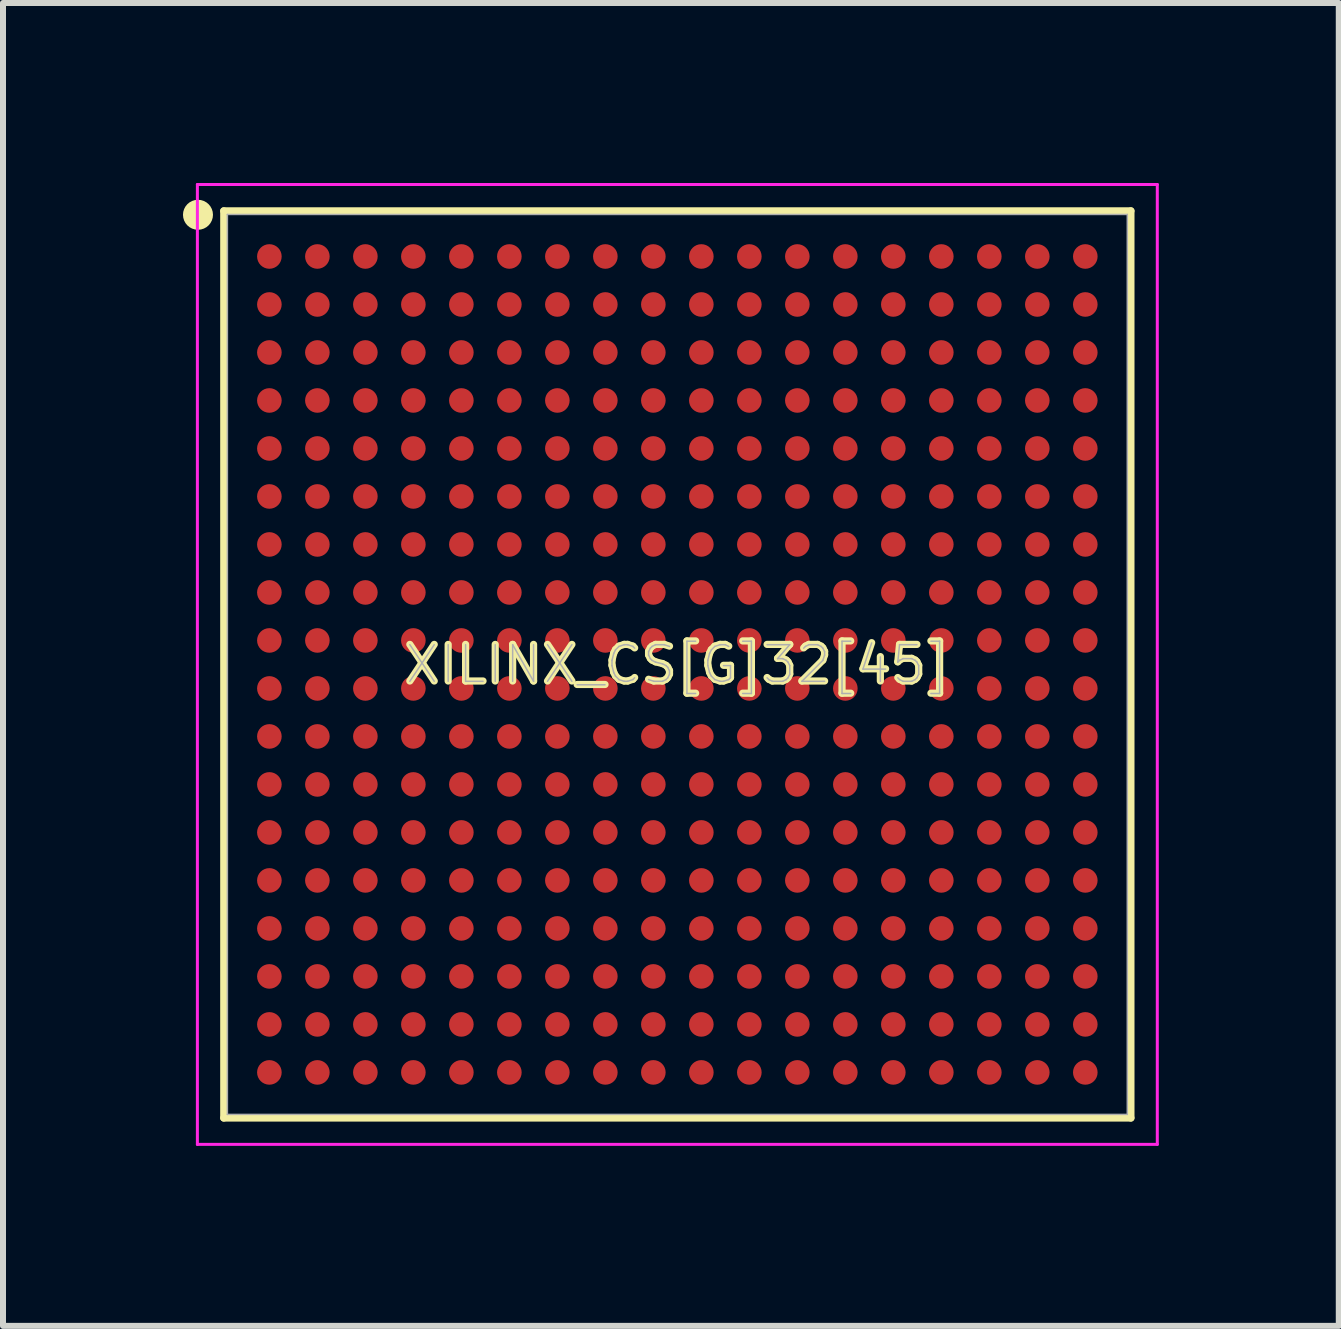
<source format=kicad_pcb>
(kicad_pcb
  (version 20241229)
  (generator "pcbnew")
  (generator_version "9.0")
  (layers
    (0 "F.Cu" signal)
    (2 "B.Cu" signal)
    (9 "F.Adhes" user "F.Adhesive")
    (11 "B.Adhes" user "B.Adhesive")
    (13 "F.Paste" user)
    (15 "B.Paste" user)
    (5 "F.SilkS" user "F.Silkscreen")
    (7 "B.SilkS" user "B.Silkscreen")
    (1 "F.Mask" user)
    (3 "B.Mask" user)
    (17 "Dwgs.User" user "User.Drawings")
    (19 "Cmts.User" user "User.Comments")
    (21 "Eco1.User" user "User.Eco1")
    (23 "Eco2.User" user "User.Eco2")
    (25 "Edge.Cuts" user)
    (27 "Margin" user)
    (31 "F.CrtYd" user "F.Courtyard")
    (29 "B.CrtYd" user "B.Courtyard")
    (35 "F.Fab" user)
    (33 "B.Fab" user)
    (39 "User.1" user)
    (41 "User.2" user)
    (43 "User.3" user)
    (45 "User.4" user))
  (footprint "XILINX_CS[G]32[45]"
    (layer "F.Cu")
    (at 8.24 8.025)
    (property "Reference" "XILINX_CS[G]32[45]" (at 0 0 0) (layer "F.SilkS") (effects (font (size 0.61 0.61) (thickness 0.12))))
    (attr smd)
    (fp_line (start -7.56 -7.56) (end -7.56 7.56) (stroke (width 0.12) (type solid)) (layer "F.SilkS"))
    (fp_line (start -7.56 7.56) (end 7.56 7.56) (stroke (width 0.12) (type solid)) (layer "F.SilkS"))
    (fp_line (start 7.56 -7.56) (end -7.56 -7.56) (stroke (width 0.12) (type solid)) (layer "F.SilkS"))
    (fp_line (start 7.56 7.56) (end 7.56 -7.56) (stroke (width 0.12) (type solid)) (layer "F.SilkS"))
    (fp_circle (center -7.99 -7.495) (end -7.865 -7.495) (stroke (width 0.25) (type solid)) (fill no) (layer "F.SilkS"))
    (fp_line (start -8 -8) (end 8 -8) (stroke (width 0.05) (type solid)) (layer "F.CrtYd"))
    (fp_line (start -8 8) (end -8 -8) (stroke (width 0.05) (type solid)) (layer "F.CrtYd"))
    (fp_line (start 8 -8) (end 8 8) (stroke (width 0.05) (type solid)) (layer "F.CrtYd"))
    (fp_line (start 8 8) (end -8 8) (stroke (width 0.05) (type solid)) (layer "F.CrtYd"))
    (fp_line (start -7.5 -7.5) (end 7.5 -7.5) (stroke (width 0.025) (type solid)) (layer "F.Fab"))
    (fp_line (start -7.5 7.5) (end -7.5 -7.5) (stroke (width 0.025) (type solid)) (layer "F.Fab"))
    (fp_line (start 7.5 -7.5) (end 7.5 7.5) (stroke (width 0.025) (type solid)) (layer "F.Fab"))
    (fp_line (start 7.5 7.5) (end -7.5 7.5) (stroke (width 0.025) (type solid)) (layer "F.Fab"))
    (fp_text user "${REFERENCE}" (at 0 0 0) (layer "F.Fab") (effects (font (size 0.61 0.61) (thickness 0.025))))
    (pad "A1" smd circle (at -6.8 -6.8) (size 0.41 0.41) (layers "F.Cu" "F.Mask" "F.Paste"))
    (pad "A2" smd circle (at -6 -6.8) (size 0.41 0.41) (layers "F.Cu" "F.Mask" "F.Paste"))
    (pad "A3" smd circle (at -5.2 -6.8) (size 0.41 0.41) (layers "F.Cu" "F.Mask" "F.Paste"))
    (pad "A4" smd circle (at -4.4 -6.8) (size 0.41 0.41) (layers "F.Cu" "F.Mask" "F.Paste"))
    (pad "A5" smd circle (at -3.6 -6.8) (size 0.41 0.41) (layers "F.Cu" "F.Mask" "F.Paste"))
    (pad "A6" smd circle (at -2.8 -6.8) (size 0.41 0.41) (layers "F.Cu" "F.Mask" "F.Paste"))
    (pad "A7" smd circle (at -2 -6.8) (size 0.41 0.41) (layers "F.Cu" "F.Mask" "F.Paste"))
    (pad "A8" smd circle (at -1.2 -6.8) (size 0.41 0.41) (layers "F.Cu" "F.Mask" "F.Paste"))
    (pad "A9" smd circle (at -0.4 -6.8) (size 0.41 0.41) (layers "F.Cu" "F.Mask" "F.Paste"))
    (pad "A10" smd circle (at 0.4 -6.8) (size 0.41 0.41) (layers "F.Cu" "F.Mask" "F.Paste"))
    (pad "A11" smd circle (at 1.2 -6.8) (size 0.41 0.41) (layers "F.Cu" "F.Mask" "F.Paste"))
    (pad "A12" smd circle (at 2 -6.8) (size 0.41 0.41) (layers "F.Cu" "F.Mask" "F.Paste"))
    (pad "A13" smd circle (at 2.8 -6.8) (size 0.41 0.41) (layers "F.Cu" "F.Mask" "F.Paste"))
    (pad "A14" smd circle (at 3.6 -6.8) (size 0.41 0.41) (layers "F.Cu" "F.Mask" "F.Paste"))
    (pad "A15" smd circle (at 4.4 -6.8) (size 0.41 0.41) (layers "F.Cu" "F.Mask" "F.Paste"))
    (pad "A16" smd circle (at 5.2 -6.8) (size 0.41 0.41) (layers "F.Cu" "F.Mask" "F.Paste"))
    (pad "A17" smd circle (at 6 -6.8) (size 0.41 0.41) (layers "F.Cu" "F.Mask" "F.Paste"))
    (pad "A18" smd circle (at 6.8 -6.8) (size 0.41 0.41) (layers "F.Cu" "F.Mask" "F.Paste"))
    (pad "B1" smd circle (at -6.8 -6) (size 0.41 0.41) (layers "F.Cu" "F.Mask" "F.Paste"))
    (pad "B2" smd circle (at -6 -6) (size 0.41 0.41) (layers "F.Cu" "F.Mask" "F.Paste"))
    (pad "B3" smd circle (at -5.2 -6) (size 0.41 0.41) (layers "F.Cu" "F.Mask" "F.Paste"))
    (pad "B4" smd circle (at -4.4 -6) (size 0.41 0.41) (layers "F.Cu" "F.Mask" "F.Paste"))
    (pad "B5" smd circle (at -3.6 -6) (size 0.41 0.41) (layers "F.Cu" "F.Mask" "F.Paste"))
    (pad "B6" smd circle (at -2.8 -6) (size 0.41 0.41) (layers "F.Cu" "F.Mask" "F.Paste"))
    (pad "B7" smd circle (at -2 -6) (size 0.41 0.41) (layers "F.Cu" "F.Mask" "F.Paste"))
    (pad "B8" smd circle (at -1.2 -6) (size 0.41 0.41) (layers "F.Cu" "F.Mask" "F.Paste"))
    (pad "B9" smd circle (at -0.4 -6) (size 0.41 0.41) (layers "F.Cu" "F.Mask" "F.Paste"))
    (pad "B10" smd circle (at 0.4 -6) (size 0.41 0.41) (layers "F.Cu" "F.Mask" "F.Paste"))
    (pad "B11" smd circle (at 1.2 -6) (size 0.41 0.41) (layers "F.Cu" "F.Mask" "F.Paste"))
    (pad "B12" smd circle (at 2 -6) (size 0.41 0.41) (layers "F.Cu" "F.Mask" "F.Paste"))
    (pad "B13" smd circle (at 2.8 -6) (size 0.41 0.41) (layers "F.Cu" "F.Mask" "F.Paste"))
    (pad "B14" smd circle (at 3.6 -6) (size 0.41 0.41) (layers "F.Cu" "F.Mask" "F.Paste"))
    (pad "B15" smd circle (at 4.4 -6) (size 0.41 0.41) (layers "F.Cu" "F.Mask" "F.Paste"))
    (pad "B16" smd circle (at 5.2 -6) (size 0.41 0.41) (layers "F.Cu" "F.Mask" "F.Paste"))
    (pad "B17" smd circle (at 6 -6) (size 0.41 0.41) (layers "F.Cu" "F.Mask" "F.Paste"))
    (pad "B18" smd circle (at 6.8 -6) (size 0.41 0.41) (layers "F.Cu" "F.Mask" "F.Paste"))
    (pad "C1" smd circle (at -6.8 -5.2) (size 0.41 0.41) (layers "F.Cu" "F.Mask" "F.Paste"))
    (pad "C2" smd circle (at -6 -5.2) (size 0.41 0.41) (layers "F.Cu" "F.Mask" "F.Paste"))
    (pad "C3" smd circle (at -5.2 -5.2) (size 0.41 0.41) (layers "F.Cu" "F.Mask" "F.Paste"))
    (pad "C4" smd circle (at -4.4 -5.2) (size 0.41 0.41) (layers "F.Cu" "F.Mask" "F.Paste"))
    (pad "C5" smd circle (at -3.6 -5.2) (size 0.41 0.41) (layers "F.Cu" "F.Mask" "F.Paste"))
    (pad "C6" smd circle (at -2.8 -5.2) (size 0.41 0.41) (layers "F.Cu" "F.Mask" "F.Paste"))
    (pad "C7" smd circle (at -2 -5.2) (size 0.41 0.41) (layers "F.Cu" "F.Mask" "F.Paste"))
    (pad "C8" smd circle (at -1.2 -5.2) (size 0.41 0.41) (layers "F.Cu" "F.Mask" "F.Paste"))
    (pad "C9" smd circle (at -0.4 -5.2) (size 0.41 0.41) (layers "F.Cu" "F.Mask" "F.Paste"))
    (pad "C10" smd circle (at 0.4 -5.2) (size 0.41 0.41) (layers "F.Cu" "F.Mask" "F.Paste"))
    (pad "C11" smd circle (at 1.2 -5.2) (size 0.41 0.41) (layers "F.Cu" "F.Mask" "F.Paste"))
    (pad "C12" smd circle (at 2 -5.2) (size 0.41 0.41) (layers "F.Cu" "F.Mask" "F.Paste"))
    (pad "C13" smd circle (at 2.8 -5.2) (size 0.41 0.41) (layers "F.Cu" "F.Mask" "F.Paste"))
    (pad "C14" smd circle (at 3.6 -5.2) (size 0.41 0.41) (layers "F.Cu" "F.Mask" "F.Paste"))
    (pad "C15" smd circle (at 4.4 -5.2) (size 0.41 0.41) (layers "F.Cu" "F.Mask" "F.Paste"))
    (pad "C16" smd circle (at 5.2 -5.2) (size 0.41 0.41) (layers "F.Cu" "F.Mask" "F.Paste"))
    (pad "C17" smd circle (at 6 -5.2) (size 0.41 0.41) (layers "F.Cu" "F.Mask" "F.Paste"))
    (pad "C18" smd circle (at 6.8 -5.2) (size 0.41 0.41) (layers "F.Cu" "F.Mask" "F.Paste"))
    (pad "D1" smd circle (at -6.8 -4.4) (size 0.41 0.41) (layers "F.Cu" "F.Mask" "F.Paste"))
    (pad "D2" smd circle (at -6 -4.4) (size 0.41 0.41) (layers "F.Cu" "F.Mask" "F.Paste"))
    (pad "D3" smd circle (at -5.2 -4.4) (size 0.41 0.41) (layers "F.Cu" "F.Mask" "F.Paste"))
    (pad "D4" smd circle (at -4.4 -4.4) (size 0.41 0.41) (layers "F.Cu" "F.Mask" "F.Paste"))
    (pad "D5" smd circle (at -3.6 -4.4) (size 0.41 0.41) (layers "F.Cu" "F.Mask" "F.Paste"))
    (pad "D6" smd circle (at -2.8 -4.4) (size 0.41 0.41) (layers "F.Cu" "F.Mask" "F.Paste"))
    (pad "D7" smd circle (at -2 -4.4) (size 0.41 0.41) (layers "F.Cu" "F.Mask" "F.Paste"))
    (pad "D8" smd circle (at -1.2 -4.4) (size 0.41 0.41) (layers "F.Cu" "F.Mask" "F.Paste"))
    (pad "D9" smd circle (at -0.4 -4.4) (size 0.41 0.41) (layers "F.Cu" "F.Mask" "F.Paste"))
    (pad "D10" smd circle (at 0.4 -4.4) (size 0.41 0.41) (layers "F.Cu" "F.Mask" "F.Paste"))
    (pad "D11" smd circle (at 1.2 -4.4) (size 0.41 0.41) (layers "F.Cu" "F.Mask" "F.Paste"))
    (pad "D12" smd circle (at 2 -4.4) (size 0.41 0.41) (layers "F.Cu" "F.Mask" "F.Paste"))
    (pad "D13" smd circle (at 2.8 -4.4) (size 0.41 0.41) (layers "F.Cu" "F.Mask" "F.Paste"))
    (pad "D14" smd circle (at 3.6 -4.4) (size 0.41 0.41) (layers "F.Cu" "F.Mask" "F.Paste"))
    (pad "D15" smd circle (at 4.4 -4.4) (size 0.41 0.41) (layers "F.Cu" "F.Mask" "F.Paste"))
    (pad "D16" smd circle (at 5.2 -4.4) (size 0.41 0.41) (layers "F.Cu" "F.Mask" "F.Paste"))
    (pad "D17" smd circle (at 6 -4.4) (size 0.41 0.41) (layers "F.Cu" "F.Mask" "F.Paste"))
    (pad "D18" smd circle (at 6.8 -4.4) (size 0.41 0.41) (layers "F.Cu" "F.Mask" "F.Paste"))
    (pad "E1" smd circle (at -6.8 -3.6) (size 0.41 0.41) (layers "F.Cu" "F.Mask" "F.Paste"))
    (pad "E2" smd circle (at -6 -3.6) (size 0.41 0.41) (layers "F.Cu" "F.Mask" "F.Paste"))
    (pad "E3" smd circle (at -5.2 -3.6) (size 0.41 0.41) (layers "F.Cu" "F.Mask" "F.Paste"))
    (pad "E4" smd circle (at -4.4 -3.6) (size 0.41 0.41) (layers "F.Cu" "F.Mask" "F.Paste"))
    (pad "E5" smd circle (at -3.6 -3.6) (size 0.41 0.41) (layers "F.Cu" "F.Mask" "F.Paste"))
    (pad "E6" smd circle (at -2.8 -3.6) (size 0.41 0.41) (layers "F.Cu" "F.Mask" "F.Paste"))
    (pad "E7" smd circle (at -2 -3.6) (size 0.41 0.41) (layers "F.Cu" "F.Mask" "F.Paste"))
    (pad "E8" smd circle (at -1.2 -3.6) (size 0.41 0.41) (layers "F.Cu" "F.Mask" "F.Paste"))
    (pad "E9" smd circle (at -0.4 -3.6) (size 0.41 0.41) (layers "F.Cu" "F.Mask" "F.Paste"))
    (pad "E10" smd circle (at 0.4 -3.6) (size 0.41 0.41) (layers "F.Cu" "F.Mask" "F.Paste"))
    (pad "E11" smd circle (at 1.2 -3.6) (size 0.41 0.41) (layers "F.Cu" "F.Mask" "F.Paste"))
    (pad "E12" smd circle (at 2 -3.6) (size 0.41 0.41) (layers "F.Cu" "F.Mask" "F.Paste"))
    (pad "E13" smd circle (at 2.8 -3.6) (size 0.41 0.41) (layers "F.Cu" "F.Mask" "F.Paste"))
    (pad "E14" smd circle (at 3.6 -3.6) (size 0.41 0.41) (layers "F.Cu" "F.Mask" "F.Paste"))
    (pad "E15" smd circle (at 4.4 -3.6) (size 0.41 0.41) (layers "F.Cu" "F.Mask" "F.Paste"))
    (pad "E16" smd circle (at 5.2 -3.6) (size 0.41 0.41) (layers "F.Cu" "F.Mask" "F.Paste"))
    (pad "E17" smd circle (at 6 -3.6) (size 0.41 0.41) (layers "F.Cu" "F.Mask" "F.Paste"))
    (pad "E18" smd circle (at 6.8 -3.6) (size 0.41 0.41) (layers "F.Cu" "F.Mask" "F.Paste"))
    (pad "F1" smd circle (at -6.8 -2.8) (size 0.41 0.41) (layers "F.Cu" "F.Mask" "F.Paste"))
    (pad "F2" smd circle (at -6 -2.8) (size 0.41 0.41) (layers "F.Cu" "F.Mask" "F.Paste"))
    (pad "F3" smd circle (at -5.2 -2.8) (size 0.41 0.41) (layers "F.Cu" "F.Mask" "F.Paste"))
    (pad "F4" smd circle (at -4.4 -2.8) (size 0.41 0.41) (layers "F.Cu" "F.Mask" "F.Paste"))
    (pad "F5" smd circle (at -3.6 -2.8) (size 0.41 0.41) (layers "F.Cu" "F.Mask" "F.Paste"))
    (pad "F6" smd circle (at -2.8 -2.8) (size 0.41 0.41) (layers "F.Cu" "F.Mask" "F.Paste"))
    (pad "F7" smd circle (at -2 -2.8) (size 0.41 0.41) (layers "F.Cu" "F.Mask" "F.Paste"))
    (pad "F8" smd circle (at -1.2 -2.8) (size 0.41 0.41) (layers "F.Cu" "F.Mask" "F.Paste"))
    (pad "F9" smd circle (at -0.4 -2.8) (size 0.41 0.41) (layers "F.Cu" "F.Mask" "F.Paste"))
    (pad "F10" smd circle (at 0.4 -2.8) (size 0.41 0.41) (layers "F.Cu" "F.Mask" "F.Paste"))
    (pad "F11" smd circle (at 1.2 -2.8) (size 0.41 0.41) (layers "F.Cu" "F.Mask" "F.Paste"))
    (pad "F12" smd circle (at 2 -2.8) (size 0.41 0.41) (layers "F.Cu" "F.Mask" "F.Paste"))
    (pad "F13" smd circle (at 2.8 -2.8) (size 0.41 0.41) (layers "F.Cu" "F.Mask" "F.Paste"))
    (pad "F14" smd circle (at 3.6 -2.8) (size 0.41 0.41) (layers "F.Cu" "F.Mask" "F.Paste"))
    (pad "F15" smd circle (at 4.4 -2.8) (size 0.41 0.41) (layers "F.Cu" "F.Mask" "F.Paste"))
    (pad "F16" smd circle (at 5.2 -2.8) (size 0.41 0.41) (layers "F.Cu" "F.Mask" "F.Paste"))
    (pad "F17" smd circle (at 6 -2.8) (size 0.41 0.41) (layers "F.Cu" "F.Mask" "F.Paste"))
    (pad "F18" smd circle (at 6.8 -2.8) (size 0.41 0.41) (layers "F.Cu" "F.Mask" "F.Paste"))
    (pad "G1" smd circle (at -6.8 -2) (size 0.41 0.41) (layers "F.Cu" "F.Mask" "F.Paste"))
    (pad "G2" smd circle (at -6 -2) (size 0.41 0.41) (layers "F.Cu" "F.Mask" "F.Paste"))
    (pad "G3" smd circle (at -5.2 -2) (size 0.41 0.41) (layers "F.Cu" "F.Mask" "F.Paste"))
    (pad "G4" smd circle (at -4.4 -2) (size 0.41 0.41) (layers "F.Cu" "F.Mask" "F.Paste"))
    (pad "G5" smd circle (at -3.6 -2) (size 0.41 0.41) (layers "F.Cu" "F.Mask" "F.Paste"))
    (pad "G6" smd circle (at -2.8 -2) (size 0.41 0.41) (layers "F.Cu" "F.Mask" "F.Paste"))
    (pad "G7" smd circle (at -2 -2) (size 0.41 0.41) (layers "F.Cu" "F.Mask" "F.Paste"))
    (pad "G8" smd circle (at -1.2 -2) (size 0.41 0.41) (layers "F.Cu" "F.Mask" "F.Paste"))
    (pad "G9" smd circle (at -0.4 -2) (size 0.41 0.41) (layers "F.Cu" "F.Mask" "F.Paste"))
    (pad "G10" smd circle (at 0.4 -2) (size 0.41 0.41) (layers "F.Cu" "F.Mask" "F.Paste"))
    (pad "G11" smd circle (at 1.2 -2) (size 0.41 0.41) (layers "F.Cu" "F.Mask" "F.Paste"))
    (pad "G12" smd circle (at 2 -2) (size 0.41 0.41) (layers "F.Cu" "F.Mask" "F.Paste"))
    (pad "G13" smd circle (at 2.8 -2) (size 0.41 0.41) (layers "F.Cu" "F.Mask" "F.Paste"))
    (pad "G14" smd circle (at 3.6 -2) (size 0.41 0.41) (layers "F.Cu" "F.Mask" "F.Paste"))
    (pad "G15" smd circle (at 4.4 -2) (size 0.41 0.41) (layers "F.Cu" "F.Mask" "F.Paste"))
    (pad "G16" smd circle (at 5.2 -2) (size 0.41 0.41) (layers "F.Cu" "F.Mask" "F.Paste"))
    (pad "G17" smd circle (at 6 -2) (size 0.41 0.41) (layers "F.Cu" "F.Mask" "F.Paste"))
    (pad "G18" smd circle (at 6.8 -2) (size 0.41 0.41) (layers "F.Cu" "F.Mask" "F.Paste"))
    (pad "H1" smd circle (at -6.8 -1.2) (size 0.41 0.41) (layers "F.Cu" "F.Mask" "F.Paste"))
    (pad "H2" smd circle (at -6 -1.2) (size 0.41 0.41) (layers "F.Cu" "F.Mask" "F.Paste"))
    (pad "H3" smd circle (at -5.2 -1.2) (size 0.41 0.41) (layers "F.Cu" "F.Mask" "F.Paste"))
    (pad "H4" smd circle (at -4.4 -1.2) (size 0.41 0.41) (layers "F.Cu" "F.Mask" "F.Paste"))
    (pad "H5" smd circle (at -3.6 -1.2) (size 0.41 0.41) (layers "F.Cu" "F.Mask" "F.Paste"))
    (pad "H6" smd circle (at -2.8 -1.2) (size 0.41 0.41) (layers "F.Cu" "F.Mask" "F.Paste"))
    (pad "H7" smd circle (at -2 -1.2) (size 0.41 0.41) (layers "F.Cu" "F.Mask" "F.Paste"))
    (pad "H8" smd circle (at -1.2 -1.2) (size 0.41 0.41) (layers "F.Cu" "F.Mask" "F.Paste"))
    (pad "H9" smd circle (at -0.4 -1.2) (size 0.41 0.41) (layers "F.Cu" "F.Mask" "F.Paste"))
    (pad "H10" smd circle (at 0.4 -1.2) (size 0.41 0.41) (layers "F.Cu" "F.Mask" "F.Paste"))
    (pad "H11" smd circle (at 1.2 -1.2) (size 0.41 0.41) (layers "F.Cu" "F.Mask" "F.Paste"))
    (pad "H12" smd circle (at 2 -1.2) (size 0.41 0.41) (layers "F.Cu" "F.Mask" "F.Paste"))
    (pad "H13" smd circle (at 2.8 -1.2) (size 0.41 0.41) (layers "F.Cu" "F.Mask" "F.Paste"))
    (pad "H14" smd circle (at 3.6 -1.2) (size 0.41 0.41) (layers "F.Cu" "F.Mask" "F.Paste"))
    (pad "H15" smd circle (at 4.4 -1.2) (size 0.41 0.41) (layers "F.Cu" "F.Mask" "F.Paste"))
    (pad "H16" smd circle (at 5.2 -1.2) (size 0.41 0.41) (layers "F.Cu" "F.Mask" "F.Paste"))
    (pad "H17" smd circle (at 6 -1.2) (size 0.41 0.41) (layers "F.Cu" "F.Mask" "F.Paste"))
    (pad "H18" smd circle (at 6.8 -1.2) (size 0.41 0.41) (layers "F.Cu" "F.Mask" "F.Paste"))
    (pad "J1" smd circle (at -6.8 -0.4) (size 0.41 0.41) (layers "F.Cu" "F.Mask" "F.Paste"))
    (pad "J2" smd circle (at -6 -0.4) (size 0.41 0.41) (layers "F.Cu" "F.Mask" "F.Paste"))
    (pad "J3" smd circle (at -5.2 -0.4) (size 0.41 0.41) (layers "F.Cu" "F.Mask" "F.Paste"))
    (pad "J4" smd circle (at -4.4 -0.4) (size 0.41 0.41) (layers "F.Cu" "F.Mask" "F.Paste"))
    (pad "J5" smd circle (at -3.6 -0.4) (size 0.41 0.41) (layers "F.Cu" "F.Mask" "F.Paste"))
    (pad "J6" smd circle (at -2.8 -0.4) (size 0.41 0.41) (layers "F.Cu" "F.Mask" "F.Paste"))
    (pad "J7" smd circle (at -2 -0.4) (size 0.41 0.41) (layers "F.Cu" "F.Mask" "F.Paste"))
    (pad "J8" smd circle (at -1.2 -0.4) (size 0.41 0.41) (layers "F.Cu" "F.Mask" "F.Paste"))
    (pad "J9" smd circle (at -0.4 -0.4) (size 0.41 0.41) (layers "F.Cu" "F.Mask" "F.Paste"))
    (pad "J10" smd circle (at 0.4 -0.4) (size 0.41 0.41) (layers "F.Cu" "F.Mask" "F.Paste"))
    (pad "J11" smd circle (at 1.2 -0.4) (size 0.41 0.41) (layers "F.Cu" "F.Mask" "F.Paste"))
    (pad "J12" smd circle (at 2 -0.4) (size 0.41 0.41) (layers "F.Cu" "F.Mask" "F.Paste"))
    (pad "J13" smd circle (at 2.8 -0.4) (size 0.41 0.41) (layers "F.Cu" "F.Mask" "F.Paste"))
    (pad "J14" smd circle (at 3.6 -0.4) (size 0.41 0.41) (layers "F.Cu" "F.Mask" "F.Paste"))
    (pad "J15" smd circle (at 4.4 -0.4) (size 0.41 0.41) (layers "F.Cu" "F.Mask" "F.Paste"))
    (pad "J16" smd circle (at 5.2 -0.4) (size 0.41 0.41) (layers "F.Cu" "F.Mask" "F.Paste"))
    (pad "J17" smd circle (at 6 -0.4) (size 0.41 0.41) (layers "F.Cu" "F.Mask" "F.Paste"))
    (pad "J18" smd circle (at 6.8 -0.4) (size 0.41 0.41) (layers "F.Cu" "F.Mask" "F.Paste"))
    (pad "K1" smd circle (at -6.8 0.4) (size 0.41 0.41) (layers "F.Cu" "F.Mask" "F.Paste"))
    (pad "K2" smd circle (at -6 0.4) (size 0.41 0.41) (layers "F.Cu" "F.Mask" "F.Paste"))
    (pad "K3" smd circle (at -5.2 0.4) (size 0.41 0.41) (layers "F.Cu" "F.Mask" "F.Paste"))
    (pad "K4" smd circle (at -4.4 0.4) (size 0.41 0.41) (layers "F.Cu" "F.Mask" "F.Paste"))
    (pad "K5" smd circle (at -3.6 0.4) (size 0.41 0.41) (layers "F.Cu" "F.Mask" "F.Paste"))
    (pad "K6" smd circle (at -2.8 0.4) (size 0.41 0.41) (layers "F.Cu" "F.Mask" "F.Paste"))
    (pad "K7" smd circle (at -2 0.4) (size 0.41 0.41) (layers "F.Cu" "F.Mask" "F.Paste"))
    (pad "K8" smd circle (at -1.2 0.4) (size 0.41 0.41) (layers "F.Cu" "F.Mask" "F.Paste"))
    (pad "K9" smd circle (at -0.4 0.4) (size 0.41 0.41) (layers "F.Cu" "F.Mask" "F.Paste"))
    (pad "K10" smd circle (at 0.4 0.4) (size 0.41 0.41) (layers "F.Cu" "F.Mask" "F.Paste"))
    (pad "K11" smd circle (at 1.2 0.4) (size 0.41 0.41) (layers "F.Cu" "F.Mask" "F.Paste"))
    (pad "K12" smd circle (at 2 0.4) (size 0.41 0.41) (layers "F.Cu" "F.Mask" "F.Paste"))
    (pad "K13" smd circle (at 2.8 0.4) (size 0.41 0.41) (layers "F.Cu" "F.Mask" "F.Paste"))
    (pad "K14" smd circle (at 3.6 0.4) (size 0.41 0.41) (layers "F.Cu" "F.Mask" "F.Paste"))
    (pad "K15" smd circle (at 4.4 0.4) (size 0.41 0.41) (layers "F.Cu" "F.Mask" "F.Paste"))
    (pad "K16" smd circle (at 5.2 0.4) (size 0.41 0.41) (layers "F.Cu" "F.Mask" "F.Paste"))
    (pad "K17" smd circle (at 6 0.4) (size 0.41 0.41) (layers "F.Cu" "F.Mask" "F.Paste"))
    (pad "K18" smd circle (at 6.8 0.4) (size 0.41 0.41) (layers "F.Cu" "F.Mask" "F.Paste"))
    (pad "L1" smd circle (at -6.8 1.2) (size 0.41 0.41) (layers "F.Cu" "F.Mask" "F.Paste"))
    (pad "L2" smd circle (at -6 1.2) (size 0.41 0.41) (layers "F.Cu" "F.Mask" "F.Paste"))
    (pad "L3" smd circle (at -5.2 1.2) (size 0.41 0.41) (layers "F.Cu" "F.Mask" "F.Paste"))
    (pad "L4" smd circle (at -4.4 1.2) (size 0.41 0.41) (layers "F.Cu" "F.Mask" "F.Paste"))
    (pad "L5" smd circle (at -3.6 1.2) (size 0.41 0.41) (layers "F.Cu" "F.Mask" "F.Paste"))
    (pad "L6" smd circle (at -2.8 1.2) (size 0.41 0.41) (layers "F.Cu" "F.Mask" "F.Paste"))
    (pad "L7" smd circle (at -2 1.2) (size 0.41 0.41) (layers "F.Cu" "F.Mask" "F.Paste"))
    (pad "L8" smd circle (at -1.2 1.2) (size 0.41 0.41) (layers "F.Cu" "F.Mask" "F.Paste"))
    (pad "L9" smd circle (at -0.4 1.2) (size 0.41 0.41) (layers "F.Cu" "F.Mask" "F.Paste"))
    (pad "L10" smd circle (at 0.4 1.2) (size 0.41 0.41) (layers "F.Cu" "F.Mask" "F.Paste"))
    (pad "L11" smd circle (at 1.2 1.2) (size 0.41 0.41) (layers "F.Cu" "F.Mask" "F.Paste"))
    (pad "L12" smd circle (at 2 1.2) (size 0.41 0.41) (layers "F.Cu" "F.Mask" "F.Paste"))
    (pad "L13" smd circle (at 2.8 1.2) (size 0.41 0.41) (layers "F.Cu" "F.Mask" "F.Paste"))
    (pad "L14" smd circle (at 3.6 1.2) (size 0.41 0.41) (layers "F.Cu" "F.Mask" "F.Paste"))
    (pad "L15" smd circle (at 4.4 1.2) (size 0.41 0.41) (layers "F.Cu" "F.Mask" "F.Paste"))
    (pad "L16" smd circle (at 5.2 1.2) (size 0.41 0.41) (layers "F.Cu" "F.Mask" "F.Paste"))
    (pad "L17" smd circle (at 6 1.2) (size 0.41 0.41) (layers "F.Cu" "F.Mask" "F.Paste"))
    (pad "L18" smd circle (at 6.8 1.2) (size 0.41 0.41) (layers "F.Cu" "F.Mask" "F.Paste"))
    (pad "M1" smd circle (at -6.8 2) (size 0.41 0.41) (layers "F.Cu" "F.Mask" "F.Paste"))
    (pad "M2" smd circle (at -6 2) (size 0.41 0.41) (layers "F.Cu" "F.Mask" "F.Paste"))
    (pad "M3" smd circle (at -5.2 2) (size 0.41 0.41) (layers "F.Cu" "F.Mask" "F.Paste"))
    (pad "M4" smd circle (at -4.4 2) (size 0.41 0.41) (layers "F.Cu" "F.Mask" "F.Paste"))
    (pad "M5" smd circle (at -3.6 2) (size 0.41 0.41) (layers "F.Cu" "F.Mask" "F.Paste"))
    (pad "M6" smd circle (at -2.8 2) (size 0.41 0.41) (layers "F.Cu" "F.Mask" "F.Paste"))
    (pad "M7" smd circle (at -2 2) (size 0.41 0.41) (layers "F.Cu" "F.Mask" "F.Paste"))
    (pad "M8" smd circle (at -1.2 2) (size 0.41 0.41) (layers "F.Cu" "F.Mask" "F.Paste"))
    (pad "M9" smd circle (at -0.4 2) (size 0.41 0.41) (layers "F.Cu" "F.Mask" "F.Paste"))
    (pad "M10" smd circle (at 0.4 2) (size 0.41 0.41) (layers "F.Cu" "F.Mask" "F.Paste"))
    (pad "M11" smd circle (at 1.2 2) (size 0.41 0.41) (layers "F.Cu" "F.Mask" "F.Paste"))
    (pad "M12" smd circle (at 2 2) (size 0.41 0.41) (layers "F.Cu" "F.Mask" "F.Paste"))
    (pad "M13" smd circle (at 2.8 2) (size 0.41 0.41) (layers "F.Cu" "F.Mask" "F.Paste"))
    (pad "M14" smd circle (at 3.6 2) (size 0.41 0.41) (layers "F.Cu" "F.Mask" "F.Paste"))
    (pad "M15" smd circle (at 4.4 2) (size 0.41 0.41) (layers "F.Cu" "F.Mask" "F.Paste"))
    (pad "M16" smd circle (at 5.2 2) (size 0.41 0.41) (layers "F.Cu" "F.Mask" "F.Paste"))
    (pad "M17" smd circle (at 6 2) (size 0.41 0.41) (layers "F.Cu" "F.Mask" "F.Paste"))
    (pad "M18" smd circle (at 6.8 2) (size 0.41 0.41) (layers "F.Cu" "F.Mask" "F.Paste"))
    (pad "N1" smd circle (at -6.8 2.8) (size 0.41 0.41) (layers "F.Cu" "F.Mask" "F.Paste"))
    (pad "N2" smd circle (at -6 2.8) (size 0.41 0.41) (layers "F.Cu" "F.Mask" "F.Paste"))
    (pad "N3" smd circle (at -5.2 2.8) (size 0.41 0.41) (layers "F.Cu" "F.Mask" "F.Paste"))
    (pad "N4" smd circle (at -4.4 2.8) (size 0.41 0.41) (layers "F.Cu" "F.Mask" "F.Paste"))
    (pad "N5" smd circle (at -3.6 2.8) (size 0.41 0.41) (layers "F.Cu" "F.Mask" "F.Paste"))
    (pad "N6" smd circle (at -2.8 2.8) (size 0.41 0.41) (layers "F.Cu" "F.Mask" "F.Paste"))
    (pad "N7" smd circle (at -2 2.8) (size 0.41 0.41) (layers "F.Cu" "F.Mask" "F.Paste"))
    (pad "N8" smd circle (at -1.2 2.8) (size 0.41 0.41) (layers "F.Cu" "F.Mask" "F.Paste"))
    (pad "N9" smd circle (at -0.4 2.8) (size 0.41 0.41) (layers "F.Cu" "F.Mask" "F.Paste"))
    (pad "N10" smd circle (at 0.4 2.8) (size 0.41 0.41) (layers "F.Cu" "F.Mask" "F.Paste"))
    (pad "N11" smd circle (at 1.2 2.8) (size 0.41 0.41) (layers "F.Cu" "F.Mask" "F.Paste"))
    (pad "N12" smd circle (at 2 2.8) (size 0.41 0.41) (layers "F.Cu" "F.Mask" "F.Paste"))
    (pad "N13" smd circle (at 2.8 2.8) (size 0.41 0.41) (layers "F.Cu" "F.Mask" "F.Paste"))
    (pad "N14" smd circle (at 3.6 2.8) (size 0.41 0.41) (layers "F.Cu" "F.Mask" "F.Paste"))
    (pad "N15" smd circle (at 4.4 2.8) (size 0.41 0.41) (layers "F.Cu" "F.Mask" "F.Paste"))
    (pad "N16" smd circle (at 5.2 2.8) (size 0.41 0.41) (layers "F.Cu" "F.Mask" "F.Paste"))
    (pad "N17" smd circle (at 6 2.8) (size 0.41 0.41) (layers "F.Cu" "F.Mask" "F.Paste"))
    (pad "N18" smd circle (at 6.8 2.8) (size 0.41 0.41) (layers "F.Cu" "F.Mask" "F.Paste"))
    (pad "P1" smd circle (at -6.8 3.6) (size 0.41 0.41) (layers "F.Cu" "F.Mask" "F.Paste"))
    (pad "P2" smd circle (at -6 3.6) (size 0.41 0.41) (layers "F.Cu" "F.Mask" "F.Paste"))
    (pad "P3" smd circle (at -5.2 3.6) (size 0.41 0.41) (layers "F.Cu" "F.Mask" "F.Paste"))
    (pad "P4" smd circle (at -4.4 3.6) (size 0.41 0.41) (layers "F.Cu" "F.Mask" "F.Paste"))
    (pad "P5" smd circle (at -3.6 3.6) (size 0.41 0.41) (layers "F.Cu" "F.Mask" "F.Paste"))
    (pad "P6" smd circle (at -2.8 3.6) (size 0.41 0.41) (layers "F.Cu" "F.Mask" "F.Paste"))
    (pad "P7" smd circle (at -2 3.6) (size 0.41 0.41) (layers "F.Cu" "F.Mask" "F.Paste"))
    (pad "P8" smd circle (at -1.2 3.6) (size 0.41 0.41) (layers "F.Cu" "F.Mask" "F.Paste"))
    (pad "P9" smd circle (at -0.4 3.6) (size 0.41 0.41) (layers "F.Cu" "F.Mask" "F.Paste"))
    (pad "P10" smd circle (at 0.4 3.6) (size 0.41 0.41) (layers "F.Cu" "F.Mask" "F.Paste"))
    (pad "P11" smd circle (at 1.2 3.6) (size 0.41 0.41) (layers "F.Cu" "F.Mask" "F.Paste"))
    (pad "P12" smd circle (at 2 3.6) (size 0.41 0.41) (layers "F.Cu" "F.Mask" "F.Paste"))
    (pad "P13" smd circle (at 2.8 3.6) (size 0.41 0.41) (layers "F.Cu" "F.Mask" "F.Paste"))
    (pad "P14" smd circle (at 3.6 3.6) (size 0.41 0.41) (layers "F.Cu" "F.Mask" "F.Paste"))
    (pad "P15" smd circle (at 4.4 3.6) (size 0.41 0.41) (layers "F.Cu" "F.Mask" "F.Paste"))
    (pad "P16" smd circle (at 5.2 3.6) (size 0.41 0.41) (layers "F.Cu" "F.Mask" "F.Paste"))
    (pad "P17" smd circle (at 6 3.6) (size 0.41 0.41) (layers "F.Cu" "F.Mask" "F.Paste"))
    (pad "P18" smd circle (at 6.8 3.6) (size 0.41 0.41) (layers "F.Cu" "F.Mask" "F.Paste"))
    (pad "R1" smd circle (at -6.8 4.4) (size 0.41 0.41) (layers "F.Cu" "F.Mask" "F.Paste"))
    (pad "R2" smd circle (at -6 4.4) (size 0.41 0.41) (layers "F.Cu" "F.Mask" "F.Paste"))
    (pad "R3" smd circle (at -5.2 4.4) (size 0.41 0.41) (layers "F.Cu" "F.Mask" "F.Paste"))
    (pad "R4" smd circle (at -4.4 4.4) (size 0.41 0.41) (layers "F.Cu" "F.Mask" "F.Paste"))
    (pad "R5" smd circle (at -3.6 4.4) (size 0.41 0.41) (layers "F.Cu" "F.Mask" "F.Paste"))
    (pad "R6" smd circle (at -2.8 4.4) (size 0.41 0.41) (layers "F.Cu" "F.Mask" "F.Paste"))
    (pad "R7" smd circle (at -2 4.4) (size 0.41 0.41) (layers "F.Cu" "F.Mask" "F.Paste"))
    (pad "R8" smd circle (at -1.2 4.4) (size 0.41 0.41) (layers "F.Cu" "F.Mask" "F.Paste"))
    (pad "R9" smd circle (at -0.4 4.4) (size 0.41 0.41) (layers "F.Cu" "F.Mask" "F.Paste"))
    (pad "R10" smd circle (at 0.4 4.4) (size 0.41 0.41) (layers "F.Cu" "F.Mask" "F.Paste"))
    (pad "R11" smd circle (at 1.2 4.4) (size 0.41 0.41) (layers "F.Cu" "F.Mask" "F.Paste"))
    (pad "R12" smd circle (at 2 4.4) (size 0.41 0.41) (layers "F.Cu" "F.Mask" "F.Paste"))
    (pad "R13" smd circle (at 2.8 4.4) (size 0.41 0.41) (layers "F.Cu" "F.Mask" "F.Paste"))
    (pad "R14" smd circle (at 3.6 4.4) (size 0.41 0.41) (layers "F.Cu" "F.Mask" "F.Paste"))
    (pad "R15" smd circle (at 4.4 4.4) (size 0.41 0.41) (layers "F.Cu" "F.Mask" "F.Paste"))
    (pad "R16" smd circle (at 5.2 4.4) (size 0.41 0.41) (layers "F.Cu" "F.Mask" "F.Paste"))
    (pad "R17" smd circle (at 6 4.4) (size 0.41 0.41) (layers "F.Cu" "F.Mask" "F.Paste"))
    (pad "R18" smd circle (at 6.8 4.4) (size 0.41 0.41) (layers "F.Cu" "F.Mask" "F.Paste"))
    (pad "T1" smd circle (at -6.8 5.2) (size 0.41 0.41) (layers "F.Cu" "F.Mask" "F.Paste"))
    (pad "T2" smd circle (at -6 5.2) (size 0.41 0.41) (layers "F.Cu" "F.Mask" "F.Paste"))
    (pad "T3" smd circle (at -5.2 5.2) (size 0.41 0.41) (layers "F.Cu" "F.Mask" "F.Paste"))
    (pad "T4" smd circle (at -4.4 5.2) (size 0.41 0.41) (layers "F.Cu" "F.Mask" "F.Paste"))
    (pad "T5" smd circle (at -3.6 5.2) (size 0.41 0.41) (layers "F.Cu" "F.Mask" "F.Paste"))
    (pad "T6" smd circle (at -2.8 5.2) (size 0.41 0.41) (layers "F.Cu" "F.Mask" "F.Paste"))
    (pad "T7" smd circle (at -2 5.2) (size 0.41 0.41) (layers "F.Cu" "F.Mask" "F.Paste"))
    (pad "T8" smd circle (at -1.2 5.2) (size 0.41 0.41) (layers "F.Cu" "F.Mask" "F.Paste"))
    (pad "T9" smd circle (at -0.4 5.2) (size 0.41 0.41) (layers "F.Cu" "F.Mask" "F.Paste"))
    (pad "T10" smd circle (at 0.4 5.2) (size 0.41 0.41) (layers "F.Cu" "F.Mask" "F.Paste"))
    (pad "T11" smd circle (at 1.2 5.2) (size 0.41 0.41) (layers "F.Cu" "F.Mask" "F.Paste"))
    (pad "T12" smd circle (at 2 5.2) (size 0.41 0.41) (layers "F.Cu" "F.Mask" "F.Paste"))
    (pad "T13" smd circle (at 2.8 5.2) (size 0.41 0.41) (layers "F.Cu" "F.Mask" "F.Paste"))
    (pad "T14" smd circle (at 3.6 5.2) (size 0.41 0.41) (layers "F.Cu" "F.Mask" "F.Paste"))
    (pad "T15" smd circle (at 4.4 5.2) (size 0.41 0.41) (layers "F.Cu" "F.Mask" "F.Paste"))
    (pad "T16" smd circle (at 5.2 5.2) (size 0.41 0.41) (layers "F.Cu" "F.Mask" "F.Paste"))
    (pad "T17" smd circle (at 6 5.2) (size 0.41 0.41) (layers "F.Cu" "F.Mask" "F.Paste"))
    (pad "T18" smd circle (at 6.8 5.2) (size 0.41 0.41) (layers "F.Cu" "F.Mask" "F.Paste"))
    (pad "U1" smd circle (at -6.8 6) (size 0.41 0.41) (layers "F.Cu" "F.Mask" "F.Paste"))
    (pad "U2" smd circle (at -6 6) (size 0.41 0.41) (layers "F.Cu" "F.Mask" "F.Paste"))
    (pad "U3" smd circle (at -5.2 6) (size 0.41 0.41) (layers "F.Cu" "F.Mask" "F.Paste"))
    (pad "U4" smd circle (at -4.4 6) (size 0.41 0.41) (layers "F.Cu" "F.Mask" "F.Paste"))
    (pad "U5" smd circle (at -3.6 6) (size 0.41 0.41) (layers "F.Cu" "F.Mask" "F.Paste"))
    (pad "U6" smd circle (at -2.8 6) (size 0.41 0.41) (layers "F.Cu" "F.Mask" "F.Paste"))
    (pad "U7" smd circle (at -2 6) (size 0.41 0.41) (layers "F.Cu" "F.Mask" "F.Paste"))
    (pad "U8" smd circle (at -1.2 6) (size 0.41 0.41) (layers "F.Cu" "F.Mask" "F.Paste"))
    (pad "U9" smd circle (at -0.4 6) (size 0.41 0.41) (layers "F.Cu" "F.Mask" "F.Paste"))
    (pad "U10" smd circle (at 0.4 6) (size 0.41 0.41) (layers "F.Cu" "F.Mask" "F.Paste"))
    (pad "U11" smd circle (at 1.2 6) (size 0.41 0.41) (layers "F.Cu" "F.Mask" "F.Paste"))
    (pad "U12" smd circle (at 2 6) (size 0.41 0.41) (layers "F.Cu" "F.Mask" "F.Paste"))
    (pad "U13" smd circle (at 2.8 6) (size 0.41 0.41) (layers "F.Cu" "F.Mask" "F.Paste"))
    (pad "U14" smd circle (at 3.6 6) (size 0.41 0.41) (layers "F.Cu" "F.Mask" "F.Paste"))
    (pad "U15" smd circle (at 4.4 6) (size 0.41 0.41) (layers "F.Cu" "F.Mask" "F.Paste"))
    (pad "U16" smd circle (at 5.2 6) (size 0.41 0.41) (layers "F.Cu" "F.Mask" "F.Paste"))
    (pad "U17" smd circle (at 6 6) (size 0.41 0.41) (layers "F.Cu" "F.Mask" "F.Paste"))
    (pad "U18" smd circle (at 6.8 6) (size 0.41 0.41) (layers "F.Cu" "F.Mask" "F.Paste"))
    (pad "V1" smd circle (at -6.8 6.8) (size 0.41 0.41) (layers "F.Cu" "F.Mask" "F.Paste"))
    (pad "V2" smd circle (at -6 6.8) (size 0.41 0.41) (layers "F.Cu" "F.Mask" "F.Paste"))
    (pad "V3" smd circle (at -5.2 6.8) (size 0.41 0.41) (layers "F.Cu" "F.Mask" "F.Paste"))
    (pad "V4" smd circle (at -4.4 6.8) (size 0.41 0.41) (layers "F.Cu" "F.Mask" "F.Paste"))
    (pad "V5" smd circle (at -3.6 6.8) (size 0.41 0.41) (layers "F.Cu" "F.Mask" "F.Paste"))
    (pad "V6" smd circle (at -2.8 6.8) (size 0.41 0.41) (layers "F.Cu" "F.Mask" "F.Paste"))
    (pad "V7" smd circle (at -2 6.8) (size 0.41 0.41) (layers "F.Cu" "F.Mask" "F.Paste"))
    (pad "V8" smd circle (at -1.2 6.8) (size 0.41 0.41) (layers "F.Cu" "F.Mask" "F.Paste"))
    (pad "V9" smd circle (at -0.4 6.8) (size 0.41 0.41) (layers "F.Cu" "F.Mask" "F.Paste"))
    (pad "V10" smd circle (at 0.4 6.8) (size 0.41 0.41) (layers "F.Cu" "F.Mask" "F.Paste"))
    (pad "V11" smd circle (at 1.2 6.8) (size 0.41 0.41) (layers "F.Cu" "F.Mask" "F.Paste"))
    (pad "V12" smd circle (at 2 6.8) (size 0.41 0.41) (layers "F.Cu" "F.Mask" "F.Paste"))
    (pad "V13" smd circle (at 2.8 6.8) (size 0.41 0.41) (layers "F.Cu" "F.Mask" "F.Paste"))
    (pad "V14" smd circle (at 3.6 6.8) (size 0.41 0.41) (layers "F.Cu" "F.Mask" "F.Paste"))
    (pad "V15" smd circle (at 4.4 6.8) (size 0.41 0.41) (layers "F.Cu" "F.Mask" "F.Paste"))
    (pad "V16" smd circle (at 5.2 6.8) (size 0.41 0.41) (layers "F.Cu" "F.Mask" "F.Paste"))
    (pad "V17" smd circle (at 6 6.8) (size 0.41 0.41) (layers "F.Cu" "F.Mask" "F.Paste"))
    (pad "V18" smd circle (at 6.8 6.8) (size 0.41 0.41) (layers "F.Cu" "F.Mask" "F.Paste")))
  (gr_rect
    (start -3 -3)
    (end 19.265 19.05)
    (stroke (width 0.1) (type default))
    (fill no)
    (layer "Edge.Cuts")))
</source>
